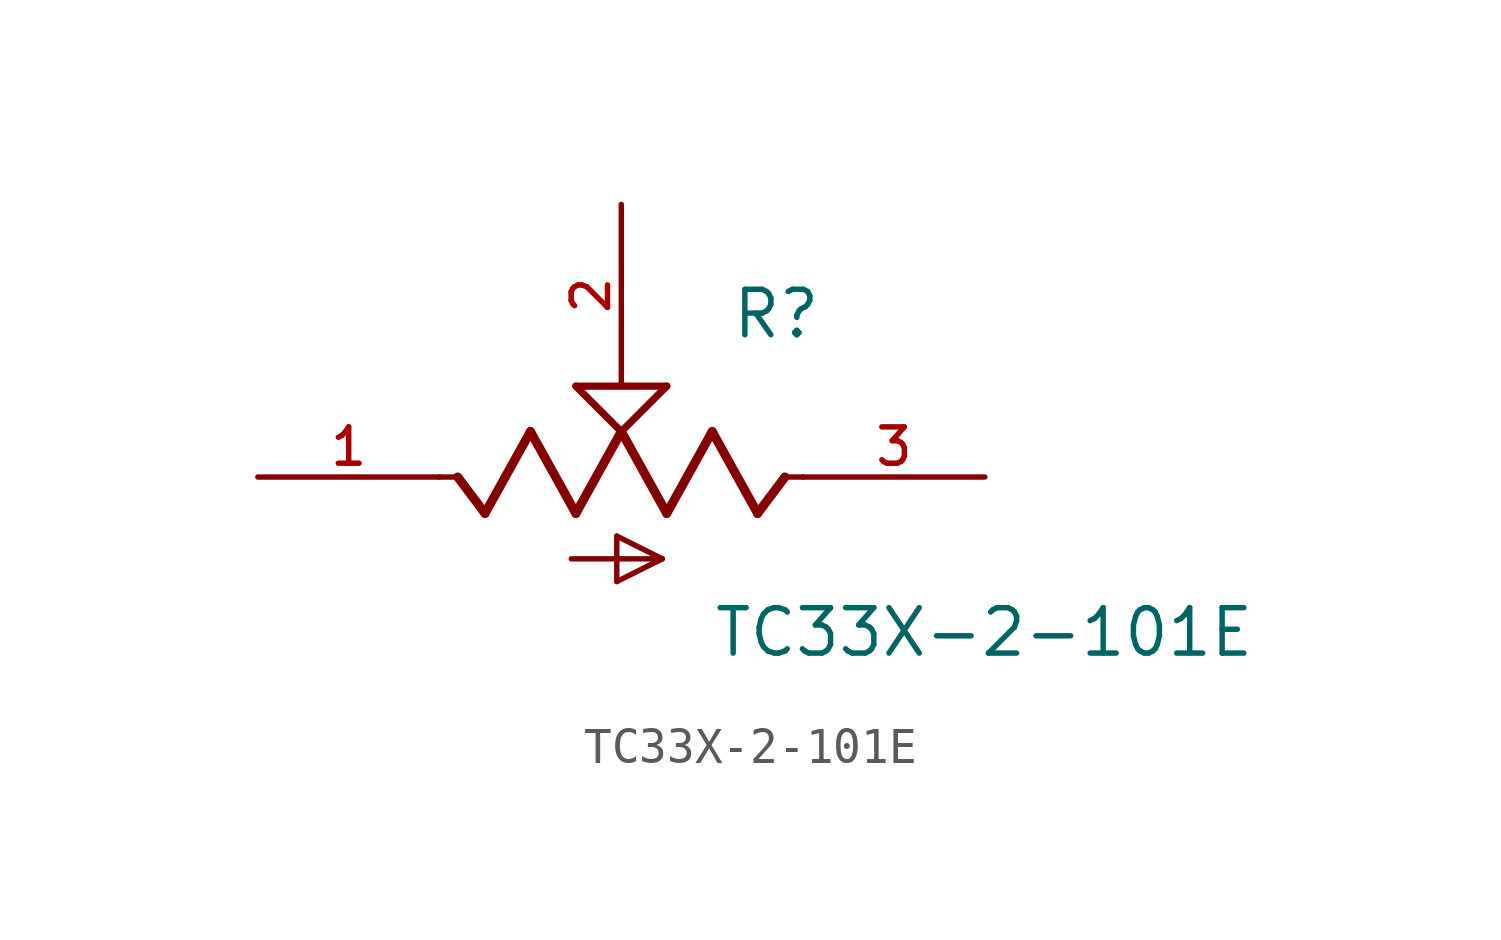
<source format=kicad_sym>
(kicad_symbol_lib
  (version 20211014)
  (generator kicad_symbol_editor)
  (symbol "TC33X-2-101E"
    (pin_names
      (offset 1.016))
    (property "Reference" "R"
      (at 3.051 3.814 0)
      (effects (font (size 1.27 1.27)) (justify bottom left)))
    (property "Value" "TC33X-2-101E"
      (at 2.542 -5.084 0)
      (effects (font (size 1.27 1.27)) (justify bottom left)))
    (symbol "TC33X-2-101E_0_0"
      (polyline (pts (xy 5.08 0.0) (xy 4.572 0.0)) (stroke (width 0.152)))
      (polyline (pts (xy 4.572 0.0) (xy 3.81 -1.016)) (stroke (width 0.254)))
      (polyline (pts (xy 3.81 -1.016) (xy 2.54 1.27)) (stroke (width 0.254)))
      (polyline (pts (xy 2.54 1.27) (xy 1.27 -1.016)) (stroke (width 0.254)))
      (polyline (pts (xy 1.27 -1.016) (xy 0.0 1.27)) (stroke (width 0.254)))
      (polyline (pts (xy 0.0 1.27) (xy -1.27 -1.016)) (stroke (width 0.254)))
      (polyline (pts (xy -1.27 -1.016) (xy -2.54 1.27)) (stroke (width 0.254)))
      (polyline (pts (xy -2.54 1.27) (xy -3.81 -1.016)) (stroke (width 0.254)))
      (polyline (pts (xy -3.81 -1.016) (xy -4.572 0.0)) (stroke (width 0.254)))
      (polyline (pts (xy -4.572 0.0) (xy -5.08 0.0)) (stroke (width 0.152)))
      (polyline (pts (xy 0.0 1.27) (xy -1.27 2.54)) (stroke (width 0.203)))
      (polyline (pts (xy 1.27 2.54) (xy 0.0 1.27)) (stroke (width 0.203)))
      (polyline (pts (xy -1.27 2.54) (xy 1.27 2.54)) (stroke (width 0.203)))
      (polyline (pts (xy -1.397 -2.286) (xy 1.143 -2.286)) (stroke (width 0.152)))
      (polyline (pts (xy 1.143 -2.286) (xy -0.127 -2.921)) (stroke (width 0.152)))
      (polyline (pts (xy -0.127 -2.921) (xy -0.127 -1.651)) (stroke (width 0.152)))
      (polyline (pts (xy -0.127 -1.651) (xy 1.143 -2.286)) (stroke (width 0.152)))
      (pin passive line (at 10.16 0.0 180.0) (length 5.08) (name "~" (effects (font (size 1.016 1.016)))) (number "3" (effects (font (size 1.016 1.016)))))
      (pin passive line (at 0.0 7.62 270.0) (length 5.08) (name "~" (effects (font (size 1.016 1.016)))) (number "2" (effects (font (size 1.016 1.016)))))
      (pin passive line (at -10.16 0.0 0) (length 5.08) (name "~" (effects (font (size 1.016 1.016)))) (number "1" (effects (font (size 1.016 1.016))))))))
</source>
